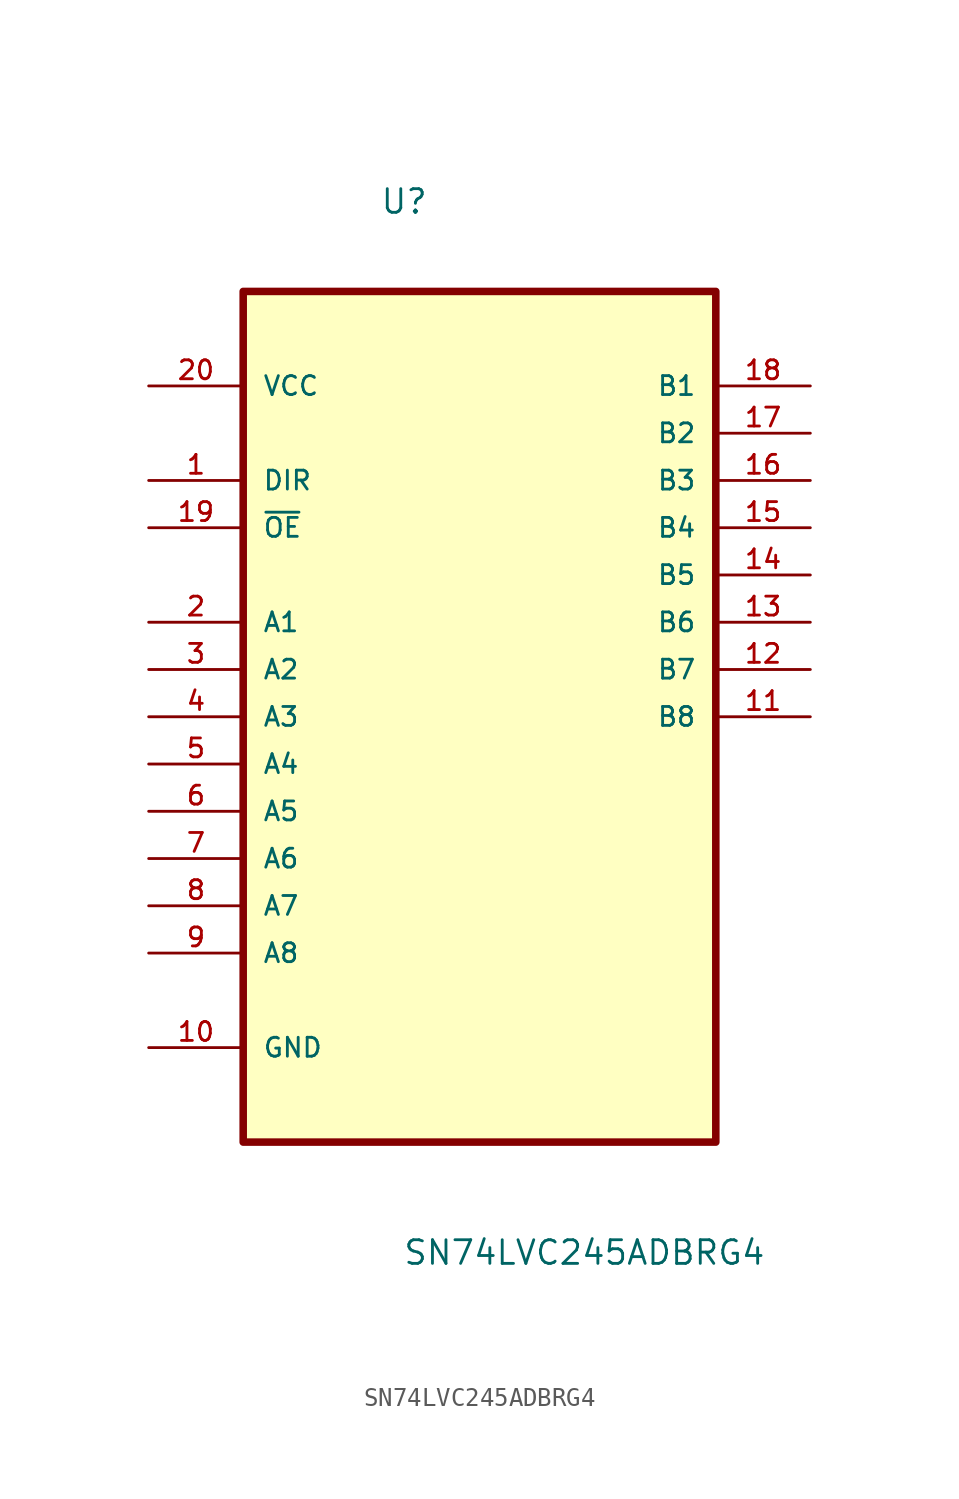
<source format=kicad_sym>
(kicad_symbol_lib
  (version 20211014)
  (generator kicad_symbol_editor)
  (symbol "SN74LVC245ADBRG4"
    (pin_names
      (offset 1.016))
    (property "Reference" "U"
      (at -5.359 24.409 0)
      (effects (font (size 1.27 1.27)) (justify left bottom)))
    (property "Value" "SN74LVC245ADBRG4"
      (at -4.14 -32.08 0)
      (effects (font (size 1.27 1.27)) (justify left bottom)))
    (property "ki_locked" ""
      (at 0 0 0)
      (effects (font (size 1.27 1.27))))
    (symbol "SN74LVC245ADBRG4_0_0"
      (rectangle (start -12.7 -25.4) (end 12.7 20.32) (stroke (width 0.406) (type default) (color 0 0 0 0)) (fill (type background)))
      (pin input line (at -17.78 10.16 0) (length 5.08) (name "DIR" (effects (font (size 1.016 1.016)))) (number "1" (effects (font (size 1.016 1.016)))))
      (pin passive line (at -17.78 -20.32 0) (length 5.08) (name "GND" (effects (font (size 1.016 1.016)))) (number "10" (effects (font (size 1.016 1.016)))))
      (pin bidirectional line (at 17.78 -2.54 180) (length 5.08) (name "B8" (effects (font (size 1.016 1.016)))) (number "11" (effects (font (size 1.016 1.016)))))
      (pin bidirectional line (at 17.78 0 180) (length 5.08) (name "B7" (effects (font (size 1.016 1.016)))) (number "12" (effects (font (size 1.016 1.016)))))
      (pin bidirectional line (at 17.78 2.54 180) (length 5.08) (name "B6" (effects (font (size 1.016 1.016)))) (number "13" (effects (font (size 1.016 1.016)))))
      (pin bidirectional line (at 17.78 5.08 180) (length 5.08) (name "B5" (effects (font (size 1.016 1.016)))) (number "14" (effects (font (size 1.016 1.016)))))
      (pin bidirectional line (at 17.78 7.62 180) (length 5.08) (name "B4" (effects (font (size 1.016 1.016)))) (number "15" (effects (font (size 1.016 1.016)))))
      (pin bidirectional line (at 17.78 10.16 180) (length 5.08) (name "B3" (effects (font (size 1.016 1.016)))) (number "16" (effects (font (size 1.016 1.016)))))
      (pin bidirectional line (at 17.78 12.7 180) (length 5.08) (name "B2" (effects (font (size 1.016 1.016)))) (number "17" (effects (font (size 1.016 1.016)))))
      (pin bidirectional line (at 17.78 15.24 180) (length 5.08) (name "B1" (effects (font (size 1.016 1.016)))) (number "18" (effects (font (size 1.016 1.016)))))
      (pin bidirectional line (at -17.78 7.62 0) (length 5.08) (name "~{OE}" (effects (font (size 1.016 1.016)))) (number "19" (effects (font (size 1.016 1.016)))))
      (pin bidirectional line (at -17.78 2.54 0) (length 5.08) (name "A1" (effects (font (size 1.016 1.016)))) (number "2" (effects (font (size 1.016 1.016)))))
      (pin power_in line (at -17.78 15.24 0) (length 5.08) (name "VCC" (effects (font (size 1.016 1.016)))) (number "20" (effects (font (size 1.016 1.016)))))
      (pin bidirectional line (at -17.78 0 0) (length 5.08) (name "A2" (effects (font (size 1.016 1.016)))) (number "3" (effects (font (size 1.016 1.016)))))
      (pin bidirectional line (at -17.78 -2.54 0) (length 5.08) (name "A3" (effects (font (size 1.016 1.016)))) (number "4" (effects (font (size 1.016 1.016)))))
      (pin bidirectional line (at -17.78 -5.08 0) (length 5.08) (name "A4" (effects (font (size 1.016 1.016)))) (number "5" (effects (font (size 1.016 1.016)))))
      (pin bidirectional line (at -17.78 -7.62 0) (length 5.08) (name "A5" (effects (font (size 1.016 1.016)))) (number "6" (effects (font (size 1.016 1.016)))))
      (pin bidirectional line (at -17.78 -10.16 0) (length 5.08) (name "A6" (effects (font (size 1.016 1.016)))) (number "7" (effects (font (size 1.016 1.016)))))
      (pin bidirectional line (at -17.78 -12.7 0) (length 5.08) (name "A7" (effects (font (size 1.016 1.016)))) (number "8" (effects (font (size 1.016 1.016)))))
      (pin bidirectional line (at -17.78 -15.24 0) (length 5.08) (name "A8" (effects (font (size 1.016 1.016)))) (number "9" (effects (font (size 1.016 1.016))))))))
</source>
